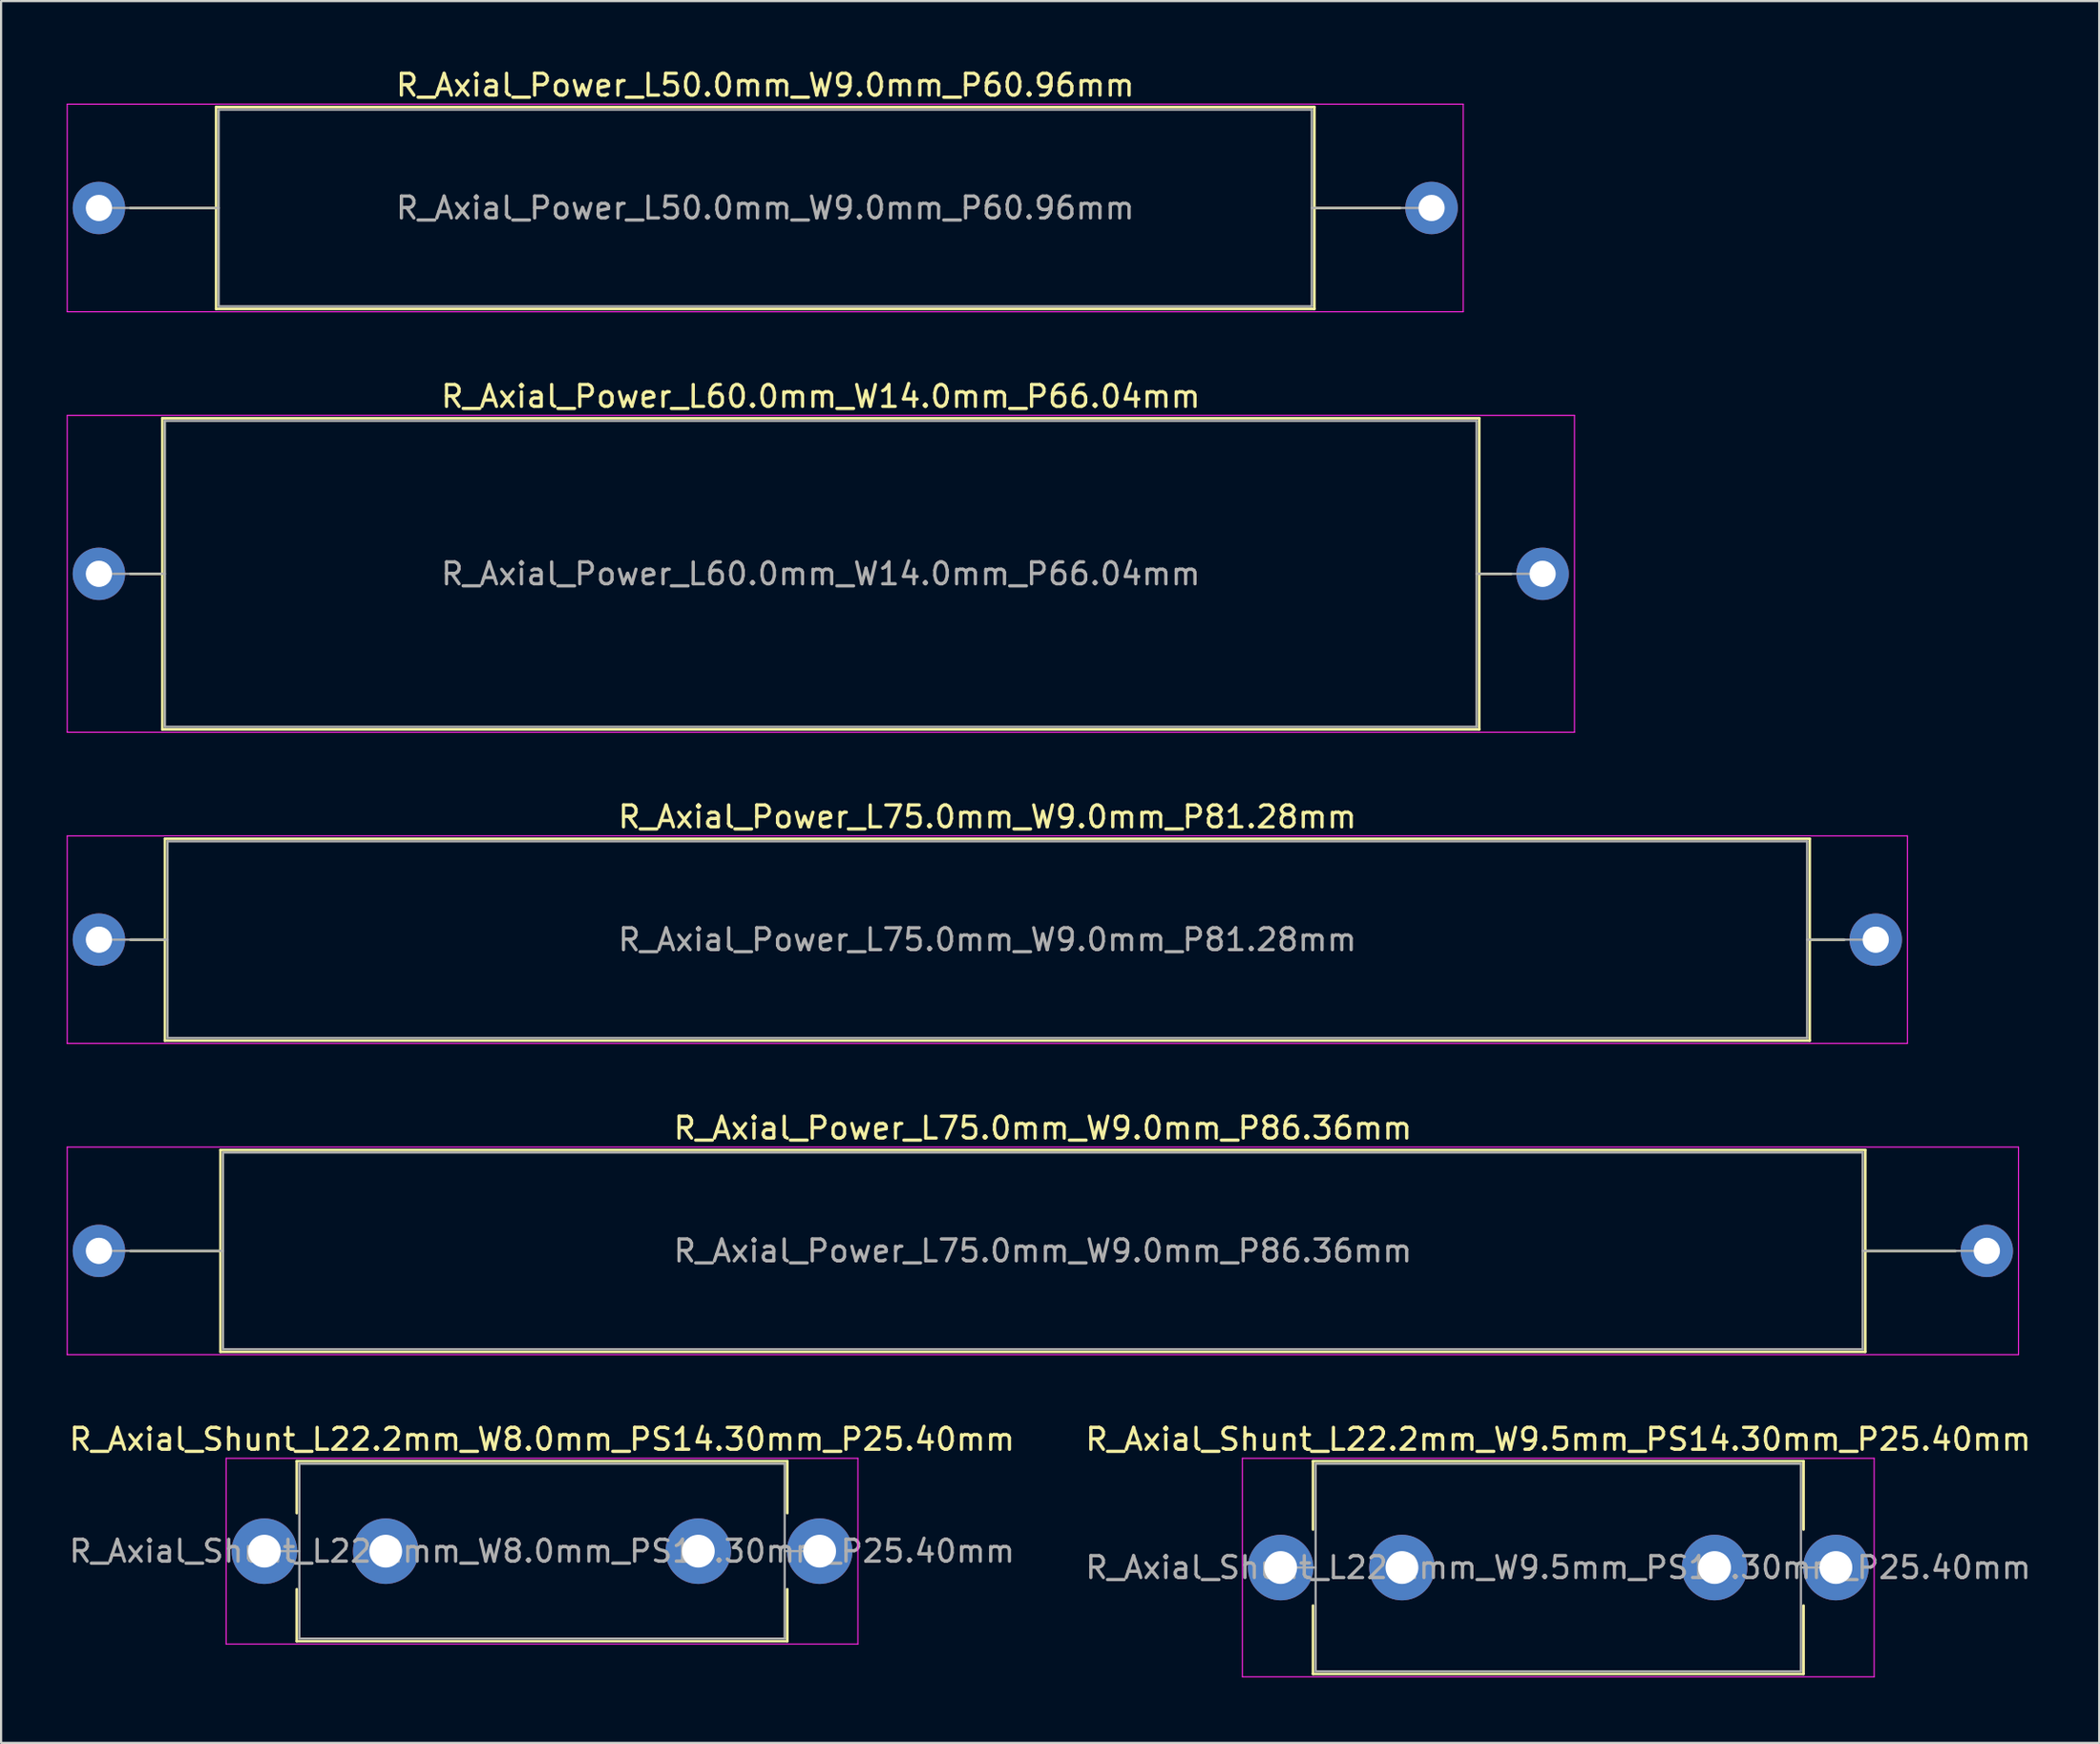
<source format=kicad_pcb>
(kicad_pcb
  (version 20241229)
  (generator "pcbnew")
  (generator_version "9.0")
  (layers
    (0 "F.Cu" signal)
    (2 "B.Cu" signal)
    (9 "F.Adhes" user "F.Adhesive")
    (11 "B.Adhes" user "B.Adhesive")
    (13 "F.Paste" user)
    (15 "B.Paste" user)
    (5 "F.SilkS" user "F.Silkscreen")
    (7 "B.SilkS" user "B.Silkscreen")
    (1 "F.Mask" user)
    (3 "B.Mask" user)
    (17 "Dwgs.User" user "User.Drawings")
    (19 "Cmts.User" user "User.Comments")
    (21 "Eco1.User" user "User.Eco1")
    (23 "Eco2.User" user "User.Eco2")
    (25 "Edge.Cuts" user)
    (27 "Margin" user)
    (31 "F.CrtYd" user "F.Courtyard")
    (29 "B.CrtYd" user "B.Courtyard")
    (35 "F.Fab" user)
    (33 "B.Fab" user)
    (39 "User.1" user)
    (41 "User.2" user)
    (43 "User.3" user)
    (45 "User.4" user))
  (footprint "R_Axial_Shunt_L22.2mm_W8.0mm_PS14.30mm_P25.40mm"
    (layer "F.Cu")
    (at 9.044 67.941)
    (property "Reference" "R_Axial_Shunt_L22.2mm_W8.0mm_PS14.30mm_P25.40mm" (at 12.7 -5.12 0) (layer "F.SilkS") (effects (font (size 1 1) (thickness 0.15))))
    (attr through_hole)
    (fp_line (start 1.48 -4.12) (end 23.92 -4.12) (stroke (width 0.12) (type solid)) (layer "F.SilkS"))
    (fp_line (start 1.48 -1.74) (end 1.48 -4.12) (stroke (width 0.12) (type solid)) (layer "F.SilkS"))
    (fp_line (start 1.48 1.74) (end 1.48 4.12) (stroke (width 0.12) (type solid)) (layer "F.SilkS"))
    (fp_line (start 1.48 4.12) (end 23.92 4.12) (stroke (width 0.12) (type solid)) (layer "F.SilkS"))
    (fp_line (start 23.92 -4.12) (end 23.92 -1.74) (stroke (width 0.12) (type solid)) (layer "F.SilkS"))
    (fp_line (start 23.92 4.12) (end 23.92 1.74) (stroke (width 0.12) (type solid)) (layer "F.SilkS"))
    (fp_line (start -1.75 -4.25) (end -1.75 4.25) (stroke (width 0.05) (type solid)) (layer "F.CrtYd"))
    (fp_line (start -1.75 4.25) (end 27.15 4.25) (stroke (width 0.05) (type solid)) (layer "F.CrtYd"))
    (fp_line (start 27.15 -4.25) (end -1.75 -4.25) (stroke (width 0.05) (type solid)) (layer "F.CrtYd"))
    (fp_line (start 27.15 4.25) (end 27.15 -4.25) (stroke (width 0.05) (type solid)) (layer "F.CrtYd"))
    (fp_line (start 0 0) (end 1.6 0) (stroke (width 0.1) (type solid)) (layer "F.Fab"))
    (fp_line (start 1.6 -4) (end 1.6 4) (stroke (width 0.1) (type solid)) (layer "F.Fab"))
    (fp_line (start 1.6 4) (end 23.8 4) (stroke (width 0.1) (type solid)) (layer "F.Fab"))
    (fp_line (start 23.8 -4) (end 1.6 -4) (stroke (width 0.1) (type solid)) (layer "F.Fab"))
    (fp_line (start 23.8 4) (end 23.8 -4) (stroke (width 0.1) (type solid)) (layer "F.Fab"))
    (fp_line (start 25.4 0) (end 23.8 0) (stroke (width 0.1) (type solid)) (layer "F.Fab"))
    (fp_text user "${REFERENCE}" (at 12.7 0 0) (layer "F.Fab") (effects (font (size 1 1) (thickness 0.15))))
    (pad "1" thru_hole circle (at 0 0) (size 3 3) (drill 1.5) (layers "*.Cu" "*.Mask"))
    (pad "2" thru_hole oval (at 5.55 0) (size 3 3) (drill 1.5) (layers "*.Cu" "*.Mask"))
    (pad "3" thru_hole oval (at 19.85 0) (size 3 3) (drill 1.5) (layers "*.Cu" "*.Mask"))
    (pad "4" thru_hole oval (at 25.4 0) (size 3 3) (drill 1.5) (layers "*.Cu" "*.Mask")))
  (footprint "R_Axial_Shunt_L22.2mm_W9.5mm_PS14.30mm_P25.40mm"
    (layer "F.Cu")
    (at 55.532 68.691)
    (property "Reference" "R_Axial_Shunt_L22.2mm_W9.5mm_PS14.30mm_P25.40mm" (at 12.7 -5.87 0) (layer "F.SilkS") (effects (font (size 1 1) (thickness 0.15))))
    (attr through_hole)
    (fp_line (start 1.48 -4.87) (end 23.92 -4.87) (stroke (width 0.12) (type solid)) (layer "F.SilkS"))
    (fp_line (start 1.48 -1.74) (end 1.48 -4.87) (stroke (width 0.12) (type solid)) (layer "F.SilkS"))
    (fp_line (start 1.48 1.74) (end 1.48 4.87) (stroke (width 0.12) (type solid)) (layer "F.SilkS"))
    (fp_line (start 1.48 4.87) (end 23.92 4.87) (stroke (width 0.12) (type solid)) (layer "F.SilkS"))
    (fp_line (start 23.92 -4.87) (end 23.92 -1.74) (stroke (width 0.12) (type solid)) (layer "F.SilkS"))
    (fp_line (start 23.92 4.87) (end 23.92 1.74) (stroke (width 0.12) (type solid)) (layer "F.SilkS"))
    (fp_line (start -1.75 -5) (end -1.75 5) (stroke (width 0.05) (type solid)) (layer "F.CrtYd"))
    (fp_line (start -1.75 5) (end 27.15 5) (stroke (width 0.05) (type solid)) (layer "F.CrtYd"))
    (fp_line (start 27.15 -5) (end -1.75 -5) (stroke (width 0.05) (type solid)) (layer "F.CrtYd"))
    (fp_line (start 27.15 5) (end 27.15 -5) (stroke (width 0.05) (type solid)) (layer "F.CrtYd"))
    (fp_line (start 0 0) (end 1.6 0) (stroke (width 0.1) (type solid)) (layer "F.Fab"))
    (fp_line (start 1.6 -4.75) (end 1.6 4.75) (stroke (width 0.1) (type solid)) (layer "F.Fab"))
    (fp_line (start 1.6 4.75) (end 23.8 4.75) (stroke (width 0.1) (type solid)) (layer "F.Fab"))
    (fp_line (start 23.8 -4.75) (end 1.6 -4.75) (stroke (width 0.1) (type solid)) (layer "F.Fab"))
    (fp_line (start 23.8 4.75) (end 23.8 -4.75) (stroke (width 0.1) (type solid)) (layer "F.Fab"))
    (fp_line (start 25.4 0) (end 23.8 0) (stroke (width 0.1) (type solid)) (layer "F.Fab"))
    (fp_text user "${REFERENCE}" (at 12.7 0 0) (layer "F.Fab") (effects (font (size 1 1) (thickness 0.15))))
    (pad "1" thru_hole circle (at 0 0) (size 3 3) (drill 1.5) (layers "*.Cu" "*.Mask"))
    (pad "2" thru_hole oval (at 5.55 0) (size 3 3) (drill 1.5) (layers "*.Cu" "*.Mask"))
    (pad "3" thru_hole oval (at 19.85 0) (size 3 3) (drill 1.5) (layers "*.Cu" "*.Mask"))
    (pad "4" thru_hole oval (at 25.4 0) (size 3 3) (drill 1.5) (layers "*.Cu" "*.Mask")))
  (footprint "R_Axial_Power_L75.0mm_W9.0mm_P86.36mm"
    (layer "F.Cu")
    (at 1.475 54.198)
    (property "Reference" "R_Axial_Power_L75.0mm_W9.0mm_P86.36mm" (at 43.18 -5.62 0) (layer "F.SilkS") (effects (font (size 1 1) (thickness 0.15))))
    (attr through_hole)
    (fp_line (start 1.44 0) (end 5.56 0) (stroke (width 0.12) (type solid)) (layer "F.SilkS"))
    (fp_line (start 5.56 -4.62) (end 5.56 4.62) (stroke (width 0.12) (type solid)) (layer "F.SilkS"))
    (fp_line (start 5.56 4.62) (end 80.8 4.62) (stroke (width 0.12) (type solid)) (layer "F.SilkS"))
    (fp_line (start 80.8 -4.62) (end 5.56 -4.62) (stroke (width 0.12) (type solid)) (layer "F.SilkS"))
    (fp_line (start 80.8 4.62) (end 80.8 -4.62) (stroke (width 0.12) (type solid)) (layer "F.SilkS"))
    (fp_line (start 84.92 0) (end 80.8 0) (stroke (width 0.12) (type solid)) (layer "F.SilkS"))
    (fp_line (start -1.45 -4.75) (end -1.45 4.75) (stroke (width 0.05) (type solid)) (layer "F.CrtYd"))
    (fp_line (start -1.45 4.75) (end 87.81 4.75) (stroke (width 0.05) (type solid)) (layer "F.CrtYd"))
    (fp_line (start 87.81 -4.75) (end -1.45 -4.75) (stroke (width 0.05) (type solid)) (layer "F.CrtYd"))
    (fp_line (start 87.81 4.75) (end 87.81 -4.75) (stroke (width 0.05) (type solid)) (layer "F.CrtYd"))
    (fp_line (start 0 0) (end 5.68 0) (stroke (width 0.1) (type solid)) (layer "F.Fab"))
    (fp_line (start 5.68 -4.5) (end 5.68 4.5) (stroke (width 0.1) (type solid)) (layer "F.Fab"))
    (fp_line (start 5.68 4.5) (end 80.68 4.5) (stroke (width 0.1) (type solid)) (layer "F.Fab"))
    (fp_line (start 80.68 -4.5) (end 5.68 -4.5) (stroke (width 0.1) (type solid)) (layer "F.Fab"))
    (fp_line (start 80.68 4.5) (end 80.68 -4.5) (stroke (width 0.1) (type solid)) (layer "F.Fab"))
    (fp_line (start 86.36 0) (end 80.68 0) (stroke (width 0.1) (type solid)) (layer "F.Fab"))
    (fp_text user "${REFERENCE}" (at 43.18 0 0) (layer "F.Fab") (effects (font (size 1 1) (thickness 0.15))))
    (pad "1" thru_hole circle (at 0 0) (size 2.4 2.4) (drill 1.2) (layers "*.Cu" "*.Mask"))
    (pad "2" thru_hole oval (at 86.36 0) (size 2.4 2.4) (drill 1.2) (layers "*.Cu" "*.Mask")))
  (footprint "R_Axial_Power_L60.0mm_W14.0mm_P66.04mm"
    (layer "F.Cu")
    (at 1.475 23.212)
    (property "Reference" "R_Axial_Power_L60.0mm_W14.0mm_P66.04mm" (at 33.02 -8.12 0) (layer "F.SilkS") (effects (font (size 1 1) (thickness 0.15))))
    (attr through_hole)
    (fp_line (start 1.44 0) (end 2.9 0) (stroke (width 0.12) (type solid)) (layer "F.SilkS"))
    (fp_line (start 2.9 -7.12) (end 2.9 7.12) (stroke (width 0.12) (type solid)) (layer "F.SilkS"))
    (fp_line (start 2.9 7.12) (end 63.14 7.12) (stroke (width 0.12) (type solid)) (layer "F.SilkS"))
    (fp_line (start 63.14 -7.12) (end 2.9 -7.12) (stroke (width 0.12) (type solid)) (layer "F.SilkS"))
    (fp_line (start 63.14 7.12) (end 63.14 -7.12) (stroke (width 0.12) (type solid)) (layer "F.SilkS"))
    (fp_line (start 64.6 0) (end 63.14 0) (stroke (width 0.12) (type solid)) (layer "F.SilkS"))
    (fp_line (start -1.45 -7.25) (end -1.45 7.25) (stroke (width 0.05) (type solid)) (layer "F.CrtYd"))
    (fp_line (start -1.45 7.25) (end 67.5 7.25) (stroke (width 0.05) (type solid)) (layer "F.CrtYd"))
    (fp_line (start 67.5 -7.25) (end -1.45 -7.25) (stroke (width 0.05) (type solid)) (layer "F.CrtYd"))
    (fp_line (start 67.5 7.25) (end 67.5 -7.25) (stroke (width 0.05) (type solid)) (layer "F.CrtYd"))
    (fp_line (start 0 0) (end 3.02 0) (stroke (width 0.1) (type solid)) (layer "F.Fab"))
    (fp_line (start 3.02 -7) (end 3.02 7) (stroke (width 0.1) (type solid)) (layer "F.Fab"))
    (fp_line (start 3.02 7) (end 63.02 7) (stroke (width 0.1) (type solid)) (layer "F.Fab"))
    (fp_line (start 63.02 -7) (end 3.02 -7) (stroke (width 0.1) (type solid)) (layer "F.Fab"))
    (fp_line (start 63.02 7) (end 63.02 -7) (stroke (width 0.1) (type solid)) (layer "F.Fab"))
    (fp_line (start 66.04 0) (end 63.02 0) (stroke (width 0.1) (type solid)) (layer "F.Fab"))
    (fp_text user "${REFERENCE}" (at 33.02 0 0) (layer "F.Fab") (effects (font (size 1 1) (thickness 0.15))))
    (pad "1" thru_hole circle (at 0 0) (size 2.4 2.4) (drill 1.2) (layers "*.Cu" "*.Mask"))
    (pad "2" thru_hole oval (at 66.04 0) (size 2.4 2.4) (drill 1.2) (layers "*.Cu" "*.Mask")))
  (footprint "R_Axial_Power_L50.0mm_W9.0mm_P60.96mm"
    (layer "F.Cu")
    (at 1.475 6.468)
    (property "Reference" "R_Axial_Power_L50.0mm_W9.0mm_P60.96mm" (at 30.48 -5.62 0) (layer "F.SilkS") (effects (font (size 1 1) (thickness 0.15))))
    (attr through_hole)
    (fp_line (start 1.44 0) (end 5.36 0) (stroke (width 0.12) (type solid)) (layer "F.SilkS"))
    (fp_line (start 5.36 -4.62) (end 5.36 4.62) (stroke (width 0.12) (type solid)) (layer "F.SilkS"))
    (fp_line (start 5.36 4.62) (end 55.6 4.62) (stroke (width 0.12) (type solid)) (layer "F.SilkS"))
    (fp_line (start 55.6 -4.62) (end 5.36 -4.62) (stroke (width 0.12) (type solid)) (layer "F.SilkS"))
    (fp_line (start 55.6 4.62) (end 55.6 -4.62) (stroke (width 0.12) (type solid)) (layer "F.SilkS"))
    (fp_line (start 59.52 0) (end 55.6 0) (stroke (width 0.12) (type solid)) (layer "F.SilkS"))
    (fp_line (start -1.45 -4.75) (end -1.45 4.75) (stroke (width 0.05) (type solid)) (layer "F.CrtYd"))
    (fp_line (start -1.45 4.75) (end 62.41 4.75) (stroke (width 0.05) (type solid)) (layer "F.CrtYd"))
    (fp_line (start 62.41 -4.75) (end -1.45 -4.75) (stroke (width 0.05) (type solid)) (layer "F.CrtYd"))
    (fp_line (start 62.41 4.75) (end 62.41 -4.75) (stroke (width 0.05) (type solid)) (layer "F.CrtYd"))
    (fp_line (start 0 0) (end 5.48 0) (stroke (width 0.1) (type solid)) (layer "F.Fab"))
    (fp_line (start 5.48 -4.5) (end 5.48 4.5) (stroke (width 0.1) (type solid)) (layer "F.Fab"))
    (fp_line (start 5.48 4.5) (end 55.48 4.5) (stroke (width 0.1) (type solid)) (layer "F.Fab"))
    (fp_line (start 55.48 -4.5) (end 5.48 -4.5) (stroke (width 0.1) (type solid)) (layer "F.Fab"))
    (fp_line (start 55.48 4.5) (end 55.48 -4.5) (stroke (width 0.1) (type solid)) (layer "F.Fab"))
    (fp_line (start 60.96 0) (end 55.48 0) (stroke (width 0.1) (type solid)) (layer "F.Fab"))
    (fp_text user "${REFERENCE}" (at 30.48 0 0) (layer "F.Fab") (effects (font (size 1 1) (thickness 0.15))))
    (pad "1" thru_hole circle (at 0 0) (size 2.4 2.4) (drill 1.2) (layers "*.Cu" "*.Mask"))
    (pad "2" thru_hole oval (at 60.96 0) (size 2.4 2.4) (drill 1.2) (layers "*.Cu" "*.Mask")))
  (footprint "R_Axial_Power_L75.0mm_W9.0mm_P81.28mm"
    (layer "F.Cu")
    (at 1.475 39.955)
    (property "Reference" "R_Axial_Power_L75.0mm_W9.0mm_P81.28mm" (at 40.64 -5.62 0) (layer "F.SilkS") (effects (font (size 1 1) (thickness 0.15))))
    (attr through_hole)
    (fp_line (start 1.44 0) (end 3.02 0) (stroke (width 0.12) (type solid)) (layer "F.SilkS"))
    (fp_line (start 3.02 -4.62) (end 3.02 4.62) (stroke (width 0.12) (type solid)) (layer "F.SilkS"))
    (fp_line (start 3.02 4.62) (end 78.26 4.62) (stroke (width 0.12) (type solid)) (layer "F.SilkS"))
    (fp_line (start 78.26 -4.62) (end 3.02 -4.62) (stroke (width 0.12) (type solid)) (layer "F.SilkS"))
    (fp_line (start 78.26 4.62) (end 78.26 -4.62) (stroke (width 0.12) (type solid)) (layer "F.SilkS"))
    (fp_line (start 79.84 0) (end 78.26 0) (stroke (width 0.12) (type solid)) (layer "F.SilkS"))
    (fp_line (start -1.45 -4.75) (end -1.45 4.75) (stroke (width 0.05) (type solid)) (layer "F.CrtYd"))
    (fp_line (start -1.45 4.75) (end 82.73 4.75) (stroke (width 0.05) (type solid)) (layer "F.CrtYd"))
    (fp_line (start 82.73 -4.75) (end -1.45 -4.75) (stroke (width 0.05) (type solid)) (layer "F.CrtYd"))
    (fp_line (start 82.73 4.75) (end 82.73 -4.75) (stroke (width 0.05) (type solid)) (layer "F.CrtYd"))
    (fp_line (start 0 0) (end 3.14 0) (stroke (width 0.1) (type solid)) (layer "F.Fab"))
    (fp_line (start 3.14 -4.5) (end 3.14 4.5) (stroke (width 0.1) (type solid)) (layer "F.Fab"))
    (fp_line (start 3.14 4.5) (end 78.14 4.5) (stroke (width 0.1) (type solid)) (layer "F.Fab"))
    (fp_line (start 78.14 -4.5) (end 3.14 -4.5) (stroke (width 0.1) (type solid)) (layer "F.Fab"))
    (fp_line (start 78.14 4.5) (end 78.14 -4.5) (stroke (width 0.1) (type solid)) (layer "F.Fab"))
    (fp_line (start 81.28 0) (end 78.14 0) (stroke (width 0.1) (type solid)) (layer "F.Fab"))
    (fp_text user "${REFERENCE}" (at 40.64 0 0) (layer "F.Fab") (effects (font (size 1 1) (thickness 0.15))))
    (pad "1" thru_hole circle (at 0 0) (size 2.4 2.4) (drill 1.2) (layers "*.Cu" "*.Mask"))
    (pad "2" thru_hole oval (at 81.28 0) (size 2.4 2.4) (drill 1.2) (layers "*.Cu" "*.Mask")))
  (gr_rect
    (start -3 -3)
    (end 92.976 76.716)
    (stroke (width 0.1) (type default))
    (fill no)
    (layer "Edge.Cuts")))
</source>
